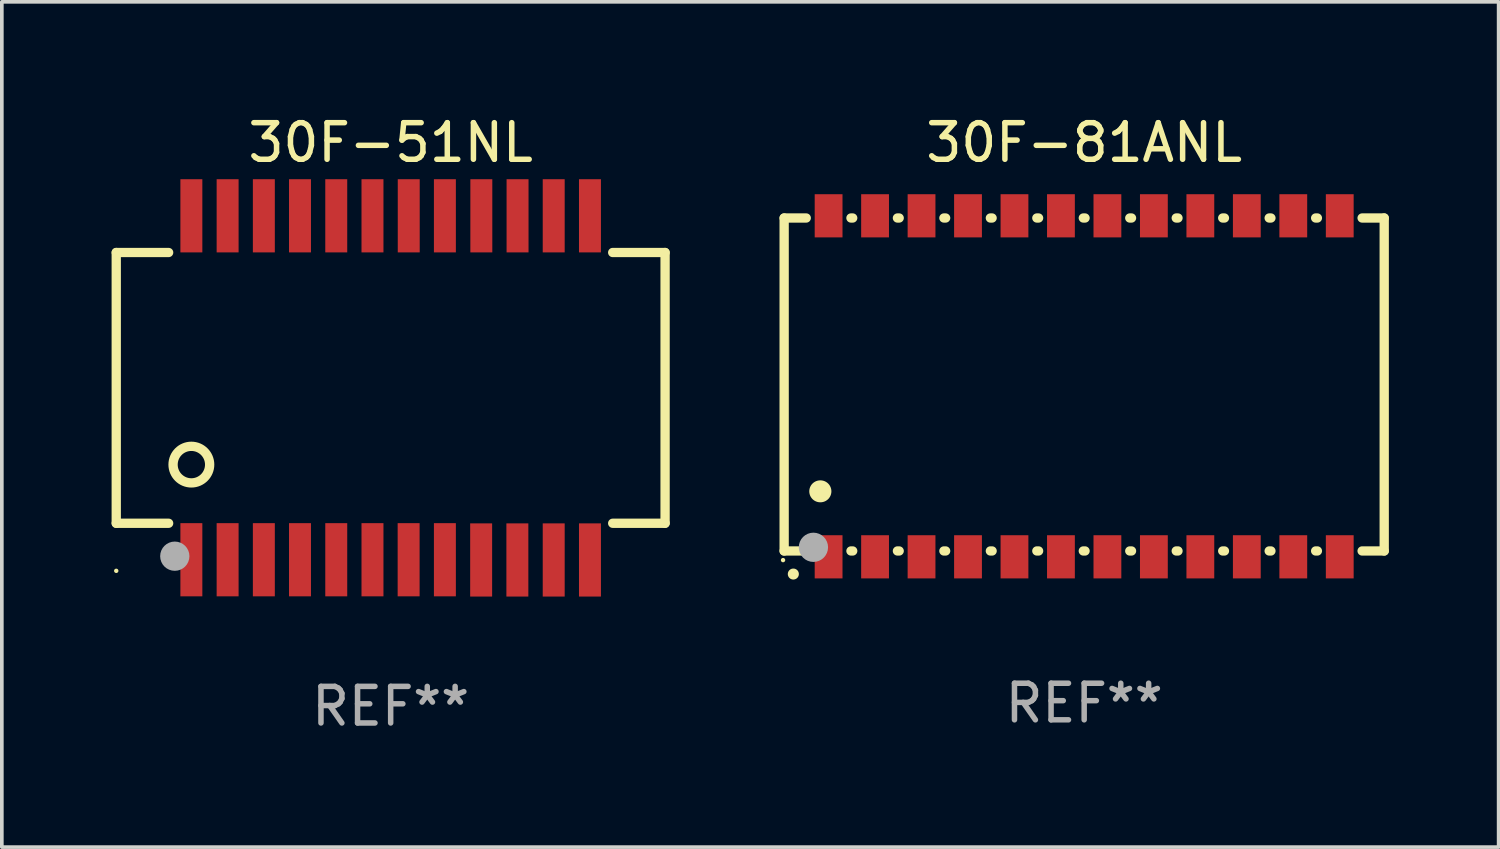
<source format=kicad_pcb>
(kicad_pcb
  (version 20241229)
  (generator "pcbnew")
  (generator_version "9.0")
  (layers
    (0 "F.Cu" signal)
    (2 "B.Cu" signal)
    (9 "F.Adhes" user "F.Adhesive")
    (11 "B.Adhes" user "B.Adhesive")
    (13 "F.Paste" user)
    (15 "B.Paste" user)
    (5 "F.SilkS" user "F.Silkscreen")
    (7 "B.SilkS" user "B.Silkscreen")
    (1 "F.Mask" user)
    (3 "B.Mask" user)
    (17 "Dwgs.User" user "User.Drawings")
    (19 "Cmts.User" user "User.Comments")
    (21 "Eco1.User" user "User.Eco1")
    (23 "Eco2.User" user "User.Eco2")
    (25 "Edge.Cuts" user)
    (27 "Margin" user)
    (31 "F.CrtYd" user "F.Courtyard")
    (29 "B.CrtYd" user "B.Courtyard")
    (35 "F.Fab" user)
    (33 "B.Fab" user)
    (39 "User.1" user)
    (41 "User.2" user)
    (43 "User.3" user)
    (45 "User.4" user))
  (footprint "30F-51NL"
    (layer "F.Cu")
    (at 7.627 7.551)
    (property "Reference" "30F-51NL" (at 0 -6.703 0) (layer "F.SilkS") (effects (font (size 1 1) (thickness 0.15))))
    (attr through_hole)
    (fp_line (start -7.5 -3.7) (end -6.068 -3.7) (stroke (width 0.254) (type solid)) (layer "F.SilkS"))
    (fp_line (start -7.5 3.7) (end -7.5 -3.7) (stroke (width 0.254) (type solid)) (layer "F.SilkS"))
    (fp_line (start -6.068 3.7) (end -7.5 3.7) (stroke (width 0.254) (type solid)) (layer "F.SilkS"))
    (fp_line (start 6.068 -3.7) (end 7.5 -3.7) (stroke (width 0.254) (type solid)) (layer "F.SilkS"))
    (fp_line (start 7.5 -3.7) (end 7.5 3.7) (stroke (width 0.254) (type solid)) (layer "F.SilkS"))
    (fp_line (start 7.5 3.7) (end 6.068 3.7) (stroke (width 0.254) (type solid)) (layer "F.SilkS"))
    (fp_circle (center -7.5 5) (end -7.47 5) (stroke (width 0.06) (type solid)) (fill no) (layer "F.SilkS"))
    (fp_circle (center -5.447 2.097) (end -4.947 2.097) (stroke (width 0.254) (type solid)) (fill no) (layer "F.SilkS"))
    (fp_circle (center -5.9 4.6) (end -5.7 4.6) (stroke (width 0.4) (type solid)) (fill no) (layer "F.Fab"))
    (fp_text user "REF**" (at 0 8.703 0) (layer "F.Fab") (effects (font (size 1 1) (thickness 0.15))))
    (pad "1" smd rect (at -5.447 4.697) (size 0.6 2) (layers "F.Cu" "F.Mask" "F.Paste"))
    (pad "2" smd rect (at -4.456 4.697) (size 0.6 2) (layers "F.Cu" "F.Mask" "F.Paste"))
    (pad "3" smd rect (at -3.466 4.697) (size 0.6 2) (layers "F.Cu" "F.Mask" "F.Paste"))
    (pad "4" smd rect (at -2.478 4.697) (size 0.6 2) (layers "F.Cu" "F.Mask" "F.Paste"))
    (pad "5" smd rect (at -1.487 4.697) (size 0.6 2) (layers "F.Cu" "F.Mask" "F.Paste"))
    (pad "6" smd rect (at -0.497 4.697) (size 0.6 2) (layers "F.Cu" "F.Mask" "F.Paste"))
    (pad "7" smd rect (at 0.491 4.697) (size 0.6 2) (layers "F.Cu" "F.Mask" "F.Paste"))
    (pad "8" smd rect (at 1.482 4.697) (size 0.6 2) (layers "F.Cu" "F.Mask" "F.Paste"))
    (pad "9" smd rect (at 2.473 4.703) (size 0.6 2) (layers "F.Cu" "F.Mask" "F.Paste"))
    (pad "10" smd rect (at 3.463 4.703) (size 0.6 2) (layers "F.Cu" "F.Mask" "F.Paste"))
    (pad "11" smd rect (at 4.456 4.703) (size 0.6 2) (layers "F.Cu" "F.Mask" "F.Paste"))
    (pad "12" smd rect (at 5.447 4.703) (size 0.6 2) (layers "F.Cu" "F.Mask" "F.Paste"))
    (pad "13" smd rect (at 5.447 -4.703) (size 0.6 2) (layers "F.Cu" "F.Mask" "F.Paste"))
    (pad "14" smd rect (at 4.456 -4.703) (size 0.6 2) (layers "F.Cu" "F.Mask" "F.Paste"))
    (pad "15" smd rect (at 3.468 -4.703) (size 0.6 2) (layers "F.Cu" "F.Mask" "F.Paste"))
    (pad "16" smd rect (at 2.478 -4.703) (size 0.6 2) (layers "F.Cu" "F.Mask" "F.Paste"))
    (pad "17" smd rect (at 1.482 -4.703) (size 0.6 2) (layers "F.Cu" "F.Mask" "F.Paste"))
    (pad "18" smd rect (at 0.494 -4.703) (size 0.6 2) (layers "F.Cu" "F.Mask" "F.Paste"))
    (pad "19" smd rect (at -0.497 -4.703) (size 0.6 2) (layers "F.Cu" "F.Mask" "F.Paste"))
    (pad "20" smd rect (at -1.487 -4.703) (size 0.6 2) (layers "F.Cu" "F.Mask" "F.Paste"))
    (pad "21" smd rect (at -2.478 -4.703) (size 0.6 2) (layers "F.Cu" "F.Mask" "F.Paste"))
    (pad "22" smd rect (at -3.466 -4.703) (size 0.6 2) (layers "F.Cu" "F.Mask" "F.Paste"))
    (pad "23" smd rect (at -4.456 -4.703) (size 0.6 2) (layers "F.Cu" "F.Mask" "F.Paste"))
    (pad "24" smd rect (at -5.447 -4.703) (size 0.6 2) (layers "F.Cu" "F.Mask" "F.Paste")))
  (footprint "30F-81ANL"
    (layer "F.Cu")
    (at 26.581 7.508)
    (property "Reference" "30F-81ANL" (at 0 -6.66 0) (layer "F.SilkS") (effects (font (size 1 1) (thickness 0.15))))
    (attr through_hole)
    (fp_line (start -8.2 -4.6) (end -7.596 -4.6) (stroke (width 0.254) (type solid)) (layer "F.SilkS"))
    (fp_line (start -8.2 4.5) (end -8.2 -4.6) (stroke (width 0.254) (type solid)) (layer "F.SilkS"))
    (fp_line (start -7.596 4.5) (end -8.2 4.5) (stroke (width 0.254) (type solid)) (layer "F.SilkS"))
    (fp_line (start -6.374 -4.6) (end -6.326 -4.6) (stroke (width 0.254) (type solid)) (layer "F.SilkS"))
    (fp_line (start -6.326 4.5) (end -6.374 4.5) (stroke (width 0.254) (type solid)) (layer "F.SilkS"))
    (fp_line (start -5.104 -4.6) (end -5.056 -4.6) (stroke (width 0.254) (type solid)) (layer "F.SilkS"))
    (fp_line (start -5.056 4.5) (end -5.104 4.5) (stroke (width 0.254) (type solid)) (layer "F.SilkS"))
    (fp_line (start -3.834 -4.6) (end -3.786 -4.6) (stroke (width 0.254) (type solid)) (layer "F.SilkS"))
    (fp_line (start -3.786 4.5) (end -3.834 4.5) (stroke (width 0.254) (type solid)) (layer "F.SilkS"))
    (fp_line (start -2.564 -4.6) (end -2.516 -4.6) (stroke (width 0.254) (type solid)) (layer "F.SilkS"))
    (fp_line (start -2.516 4.5) (end -2.564 4.5) (stroke (width 0.254) (type solid)) (layer "F.SilkS"))
    (fp_line (start -1.294 -4.6) (end -1.246 -4.6) (stroke (width 0.254) (type solid)) (layer "F.SilkS"))
    (fp_line (start -1.246 4.5) (end -1.294 4.5) (stroke (width 0.254) (type solid)) (layer "F.SilkS"))
    (fp_line (start -0.024 -4.6) (end 0.024 -4.6) (stroke (width 0.254) (type solid)) (layer "F.SilkS"))
    (fp_line (start 0.024 4.5) (end -0.024 4.5) (stroke (width 0.254) (type solid)) (layer "F.SilkS"))
    (fp_line (start 1.246 -4.6) (end 1.294 -4.6) (stroke (width 0.254) (type solid)) (layer "F.SilkS"))
    (fp_line (start 1.294 4.5) (end 1.246 4.5) (stroke (width 0.254) (type solid)) (layer "F.SilkS"))
    (fp_line (start 2.516 -4.6) (end 2.564 -4.6) (stroke (width 0.254) (type solid)) (layer "F.SilkS"))
    (fp_line (start 2.564 4.5) (end 2.516 4.5) (stroke (width 0.254) (type solid)) (layer "F.SilkS"))
    (fp_line (start 3.786 -4.6) (end 3.834 -4.6) (stroke (width 0.254) (type solid)) (layer "F.SilkS"))
    (fp_line (start 3.834 4.5) (end 3.786 4.5) (stroke (width 0.254) (type solid)) (layer "F.SilkS"))
    (fp_line (start 5.056 -4.6) (end 5.104 -4.6) (stroke (width 0.254) (type solid)) (layer "F.SilkS"))
    (fp_line (start 5.104 4.5) (end 5.056 4.5) (stroke (width 0.254) (type solid)) (layer "F.SilkS"))
    (fp_line (start 6.326 -4.6) (end 6.374 -4.6) (stroke (width 0.254) (type solid)) (layer "F.SilkS"))
    (fp_line (start 6.374 4.5) (end 6.326 4.5) (stroke (width 0.254) (type solid)) (layer "F.SilkS"))
    (fp_line (start 7.596 -4.6) (end 8.2 -4.6) (stroke (width 0.254) (type solid)) (layer "F.SilkS"))
    (fp_line (start 8.2 -4.6) (end 8.2 4.5) (stroke (width 0.254) (type solid)) (layer "F.SilkS"))
    (fp_line (start 8.2 4.5) (end 7.596 4.5) (stroke (width 0.254) (type solid)) (layer "F.SilkS"))
    (fp_arc (start -7.950216 5.13081) (mid -7.948946 5.130805) (end -7.947676 5.13081) (stroke (width 0.3) (type solid)) (layer "F.SilkS"))
    (fp_arc (start -7.213614 2.870206) (mid -7.211074 2.870195) (end -7.208534 2.870206) (stroke (width 0.6) (type solid)) (layer "F.SilkS"))
    (fp_circle (center -8.23 4.75) (end -8.2 4.75) (stroke (width 0.06) (type solid)) (fill no) (layer "F.SilkS"))
    (fp_circle (center -7.4 4.4) (end -7.2 4.4) (stroke (width 0.4) (type solid)) (fill no) (layer "F.Fab"))
    (fp_text user "REF**" (at 0 8.66 0) (layer "F.Fab") (effects (font (size 1 1) (thickness 0.15))))
    (pad "1" smd rect (at -6.985 4.66 180) (size 0.76 1.18) (layers "F.Cu" "F.Mask" "F.Paste"))
    (pad "2" smd rect (at -5.715 4.66 180) (size 0.76 1.18) (layers "F.Cu" "F.Mask" "F.Paste"))
    (pad "3" smd rect (at -4.445 4.66 180) (size 0.76 1.18) (layers "F.Cu" "F.Mask" "F.Paste"))
    (pad "4" smd rect (at -3.175 4.66 180) (size 0.76 1.18) (layers "F.Cu" "F.Mask" "F.Paste"))
    (pad "5" smd rect (at -1.905 4.66 180) (size 0.76 1.18) (layers "F.Cu" "F.Mask" "F.Paste"))
    (pad "6" smd rect (at -0.635 4.66 180) (size 0.76 1.18) (layers "F.Cu" "F.Mask" "F.Paste"))
    (pad "7" smd rect (at 0.635 4.66 180) (size 0.76 1.18) (layers "F.Cu" "F.Mask" "F.Paste"))
    (pad "8" smd rect (at 1.905 4.66 180) (size 0.76 1.18) (layers "F.Cu" "F.Mask" "F.Paste"))
    (pad "9" smd rect (at 3.175 4.66 180) (size 0.76 1.18) (layers "F.Cu" "F.Mask" "F.Paste"))
    (pad "10" smd rect (at 4.445 4.66 180) (size 0.76 1.18) (layers "F.Cu" "F.Mask" "F.Paste"))
    (pad "11" smd rect (at 5.715 4.66 180) (size 0.76 1.18) (layers "F.Cu" "F.Mask" "F.Paste"))
    (pad "12" smd rect (at 6.985 4.66 180) (size 0.76 1.18) (layers "F.Cu" "F.Mask" "F.Paste"))
    (pad "13" smd rect (at 6.985 -4.66 180) (size 0.76 1.18) (layers "F.Cu" "F.Mask" "F.Paste"))
    (pad "14" smd rect (at 5.715 -4.66 180) (size 0.76 1.18) (layers "F.Cu" "F.Mask" "F.Paste"))
    (pad "15" smd rect (at 4.445 -4.66 180) (size 0.76 1.18) (layers "F.Cu" "F.Mask" "F.Paste"))
    (pad "16" smd rect (at 3.175 -4.66 180) (size 0.76 1.18) (layers "F.Cu" "F.Mask" "F.Paste"))
    (pad "17" smd rect (at 1.905 -4.66 180) (size 0.76 1.18) (layers "F.Cu" "F.Mask" "F.Paste"))
    (pad "18" smd rect (at 0.635 -4.66 180) (size 0.76 1.18) (layers "F.Cu" "F.Mask" "F.Paste"))
    (pad "19" smd rect (at -0.635 -4.66 180) (size 0.76 1.18) (layers "F.Cu" "F.Mask" "F.Paste"))
    (pad "20" smd rect (at -1.905 -4.66 180) (size 0.76 1.18) (layers "F.Cu" "F.Mask" "F.Paste"))
    (pad "21" smd rect (at -3.175 -4.66 180) (size 0.76 1.18) (layers "F.Cu" "F.Mask" "F.Paste"))
    (pad "22" smd rect (at -4.445 -4.66 180) (size 0.76 1.18) (layers "F.Cu" "F.Mask" "F.Paste"))
    (pad "23" smd rect (at -5.715 -4.66 180) (size 0.76 1.18) (layers "F.Cu" "F.Mask" "F.Paste"))
    (pad "24" smd rect (at -6.985 -4.66 180) (size 0.76 1.18) (layers "F.Cu" "F.Mask" "F.Paste")))
  (gr_rect
    (start -3 -3)
    (end 37.908 20.102)
    (stroke (width 0.1) (type default))
    (fill no)
    (layer "Edge.Cuts")))
</source>
